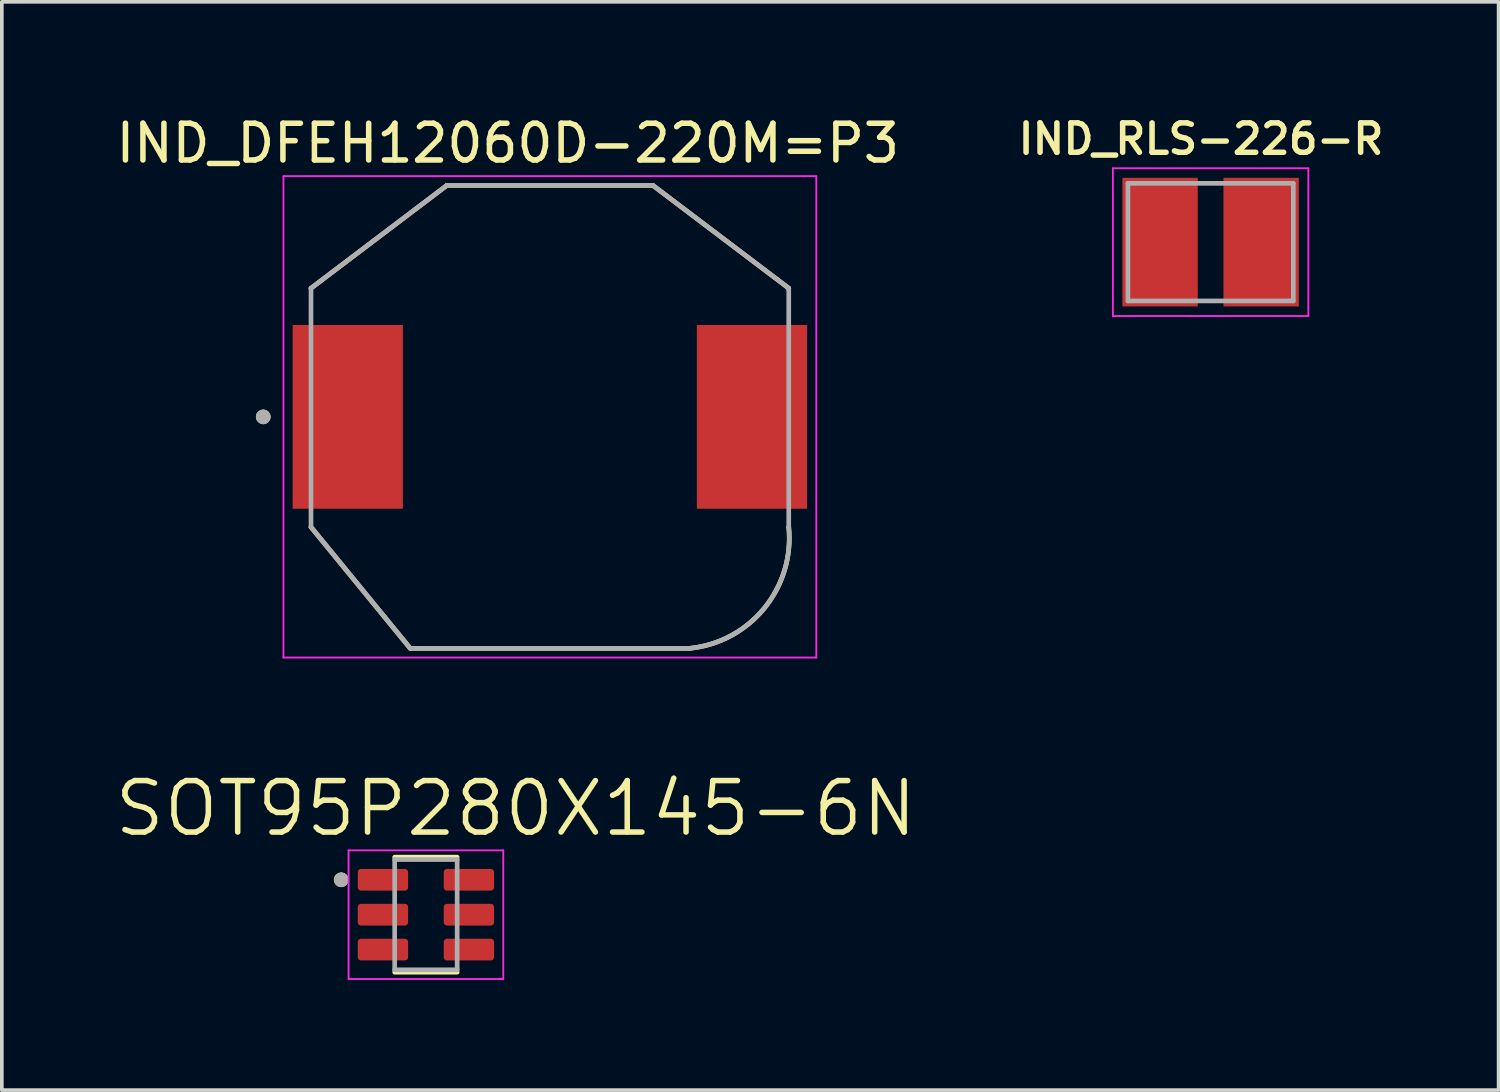
<source format=kicad_pcb>
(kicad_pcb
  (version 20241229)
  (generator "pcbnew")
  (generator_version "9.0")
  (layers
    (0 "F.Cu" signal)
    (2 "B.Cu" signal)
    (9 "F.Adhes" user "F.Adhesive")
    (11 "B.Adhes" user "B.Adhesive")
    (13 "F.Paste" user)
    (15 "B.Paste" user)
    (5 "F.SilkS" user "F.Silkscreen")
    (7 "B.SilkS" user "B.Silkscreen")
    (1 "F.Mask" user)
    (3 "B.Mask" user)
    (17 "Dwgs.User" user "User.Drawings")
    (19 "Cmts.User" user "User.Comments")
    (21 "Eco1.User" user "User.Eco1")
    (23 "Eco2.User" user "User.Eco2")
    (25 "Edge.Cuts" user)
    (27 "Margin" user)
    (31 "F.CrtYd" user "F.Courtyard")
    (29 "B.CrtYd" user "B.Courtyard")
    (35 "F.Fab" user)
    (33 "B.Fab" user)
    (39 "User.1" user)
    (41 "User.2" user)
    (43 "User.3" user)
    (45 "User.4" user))
  (footprint "IND_DFEH12060D-220M=P3"
    (layer "F.Cu")
    (at 11.913 8.293)
    (property "Reference" "IND_DFEH12060D-220M=P3" (at -1.145 -7.445 0) (layer "F.SilkS") (effects (font (size 1 1) (thickness 0.15))))
    (attr through_hole)
    (fp_line (start -6.5 -3.5) (end -2.8 -6.3) (stroke (width 0.127) (type solid)) (layer "F.SilkS"))
    (fp_line (start -3.8 6.3) (end -6.5 3) (stroke (width 0.127) (type solid)) (layer "F.SilkS"))
    (fp_line (start -2.8 -6.3) (end 2.8 -6.3) (stroke (width 0.127) (type solid)) (layer "F.SilkS"))
    (fp_line (start 2.8 -6.3) (end 6.5 -3.5) (stroke (width 0.127) (type solid)) (layer "F.SilkS"))
    (fp_line (start 3.8 6.3) (end -3.8 6.3) (stroke (width 0.127) (type solid)) (layer "F.SilkS"))
    (fp_arc (start 6.5 3) (mid 5.833452 5.209188) (end 3.8 6.3) (stroke (width 0.127) (type solid)) (layer "F.SilkS"))
    (fp_circle (center -7.8 0) (end -7.7 0) (stroke (width 0.2) (type solid)) (fill no) (layer "F.SilkS"))
    (fp_line (start -7.25 -6.55) (end 7.25 -6.55) (stroke (width 0.05) (type solid)) (layer "F.CrtYd"))
    (fp_line (start -7.25 6.55) (end -7.25 -6.55) (stroke (width 0.05) (type solid)) (layer "F.CrtYd"))
    (fp_line (start 7.25 -6.55) (end 7.25 6.55) (stroke (width 0.05) (type solid)) (layer "F.CrtYd"))
    (fp_line (start 7.25 6.55) (end -7.25 6.55) (stroke (width 0.05) (type solid)) (layer "F.CrtYd"))
    (fp_line (start -6.5 -3.5) (end -2.8 -6.3) (stroke (width 0.127) (type solid)) (layer "F.Fab"))
    (fp_line (start -6.5 3) (end -6.5 -3.5) (stroke (width 0.127) (type solid)) (layer "F.Fab"))
    (fp_line (start -3.8 6.3) (end -6.5 3) (stroke (width 0.127) (type solid)) (layer "F.Fab"))
    (fp_line (start -2.8 -6.3) (end 2.8 -6.3) (stroke (width 0.127) (type solid)) (layer "F.Fab"))
    (fp_line (start 2.8 -6.3) (end 6.5 -3.5) (stroke (width 0.127) (type solid)) (layer "F.Fab"))
    (fp_line (start 3.8 6.3) (end -3.8 6.3) (stroke (width 0.127) (type solid)) (layer "F.Fab"))
    (fp_line (start 6.5 -3.5) (end 6.5 3) (stroke (width 0.127) (type solid)) (layer "F.Fab"))
    (fp_arc (start 6.5 3) (mid 5.833452 5.209188) (end 3.8 6.3) (stroke (width 0.127) (type solid)) (layer "F.Fab"))
    (fp_circle (center -7.8 0) (end -7.7 0) (stroke (width 0.2) (type solid)) (fill no) (layer "F.Fab"))
    (pad "1" smd rect (at -5.5 0) (size 3 5) (layers "F.Cu" "F.Mask" "F.Paste"))
    (pad "2" smd rect (at 5.5 0) (size 3 5) (layers "F.Cu" "F.Mask" "F.Paste")))
  (footprint "IND_RLS-226-R"
    (layer "F.Cu")
    (at 29.893 3.539)
    (property "Reference" "IND_RLS-226-R" (at -0.26 -2.808 0) (layer "F.SilkS") (effects (font (size 0.8 0.8) (thickness 0.15))))
    (attr through_hole)
    (fp_line (start -2.66 -2.01) (end 2.66 -2.01) (stroke (width 0.05) (type solid)) (layer "F.CrtYd"))
    (fp_line (start -2.66 2.01) (end -2.66 -2.01) (stroke (width 0.05) (type solid)) (layer "F.CrtYd"))
    (fp_line (start 2.66 -2.01) (end 2.66 2.01) (stroke (width 0.05) (type solid)) (layer "F.CrtYd"))
    (fp_line (start 2.66 2.01) (end -2.66 2.01) (stroke (width 0.05) (type solid)) (layer "F.CrtYd"))
    (fp_line (start -2.25 -1.6) (end 2.25 -1.6) (stroke (width 0.127) (type solid)) (layer "F.Fab"))
    (fp_line (start -2.25 1.6) (end -2.25 -1.6) (stroke (width 0.127) (type solid)) (layer "F.Fab"))
    (fp_line (start 2.25 -1.6) (end 2.25 1.6) (stroke (width 0.127) (type solid)) (layer "F.Fab"))
    (fp_line (start 2.25 1.6) (end -2.25 1.6) (stroke (width 0.127) (type solid)) (layer "F.Fab"))
    (pad "1" smd rect (at -1.375 0) (size 2.05 3.5) (layers "F.Cu" "F.Mask" "F.Paste"))
    (pad "2" smd rect (at 1.375 0) (size 2.05 3.5) (layers "F.Cu" "F.Mask" "F.Paste")))
  (footprint "SOT95P280X145-6N"
    (layer "F.Cu")
    (at 8.54 21.84)
    (property "Reference" "SOT95P280X145-6N" (at 2.445 -2.889 0) (layer "F.SilkS") (effects (font (size 1.4 1.4) (thickness 0.15))))
    (attr through_hole)
    (fp_line (start -0.85 -1.565) (end 0.85 -1.565) (stroke (width 0.127) (type solid)) (layer "F.SilkS"))
    (fp_line (start 0.85 1.565) (end -0.85 1.565) (stroke (width 0.127) (type solid)) (layer "F.SilkS"))
    (fp_circle (center -2.305 -0.95) (end -2.205 -0.95) (stroke (width 0.2) (type solid)) (fill no) (layer "F.SilkS"))
    (fp_line (start -2.105 -1.75) (end 2.105 -1.75) (stroke (width 0.05) (type solid)) (layer "F.CrtYd"))
    (fp_line (start -2.105 1.75) (end -2.105 -1.75) (stroke (width 0.05) (type solid)) (layer "F.CrtYd"))
    (fp_line (start 2.105 -1.75) (end 2.105 1.75) (stroke (width 0.05) (type solid)) (layer "F.CrtYd"))
    (fp_line (start 2.105 1.75) (end -2.105 1.75) (stroke (width 0.05) (type solid)) (layer "F.CrtYd"))
    (fp_line (start -0.85 -1.5) (end 0.85 -1.5) (stroke (width 0.127) (type solid)) (layer "F.Fab"))
    (fp_line (start -0.85 1.5) (end -0.85 -1.5) (stroke (width 0.127) (type solid)) (layer "F.Fab"))
    (fp_line (start 0.85 -1.5) (end 0.85 1.5) (stroke (width 0.127) (type solid)) (layer "F.Fab"))
    (fp_line (start 0.85 1.5) (end -0.85 1.5) (stroke (width 0.127) (type solid)) (layer "F.Fab"))
    (fp_circle (center -2.305 -0.95) (end -2.205 -0.95) (stroke (width 0.2) (type solid)) (fill no) (layer "F.Fab"))
    (pad "1" smd roundrect (at -1.17 -0.95) (size 1.37 0.59) (layers "F.Cu" "F.Mask" "F.Paste") (roundrect_rratio 0.15))
    (pad "2" smd roundrect (at -1.17 0) (size 1.37 0.59) (layers "F.Cu" "F.Mask" "F.Paste") (roundrect_rratio 0.15))
    (pad "3" smd roundrect (at -1.17 0.95) (size 1.37 0.59) (layers "F.Cu" "F.Mask" "F.Paste") (roundrect_rratio 0.15))
    (pad "4" smd roundrect (at 1.17 0.95) (size 1.37 0.59) (layers "F.Cu" "F.Mask" "F.Paste") (roundrect_rratio 0.15))
    (pad "5" smd roundrect (at 1.17 0) (size 1.37 0.59) (layers "F.Cu" "F.Mask" "F.Paste") (roundrect_rratio 0.15))
    (pad "6" smd roundrect (at 1.17 -0.95) (size 1.37 0.59) (layers "F.Cu" "F.Mask" "F.Paste") (roundrect_rratio 0.15)))
  (gr_rect
    (start -3 -3)
    (end 37.73 26.614)
    (stroke (width 0.1) (type default))
    (fill no)
    (layer "Edge.Cuts")))
</source>
